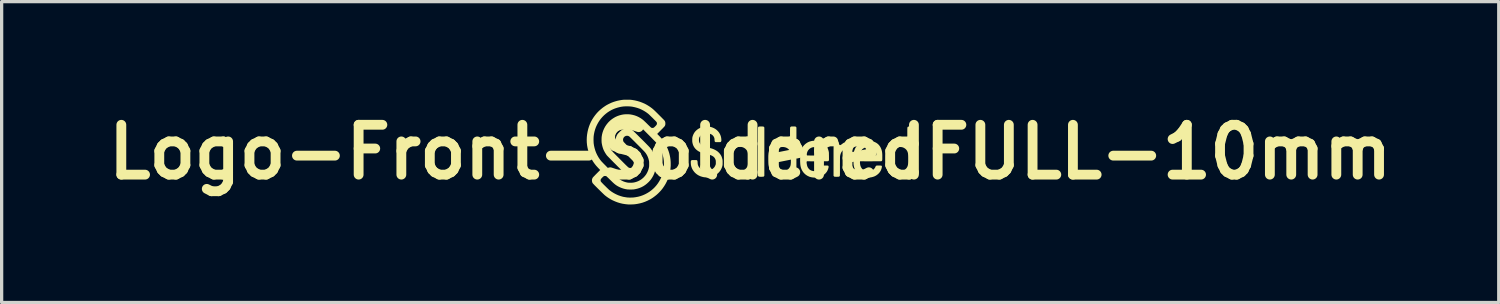
<source format=kicad_pcb>
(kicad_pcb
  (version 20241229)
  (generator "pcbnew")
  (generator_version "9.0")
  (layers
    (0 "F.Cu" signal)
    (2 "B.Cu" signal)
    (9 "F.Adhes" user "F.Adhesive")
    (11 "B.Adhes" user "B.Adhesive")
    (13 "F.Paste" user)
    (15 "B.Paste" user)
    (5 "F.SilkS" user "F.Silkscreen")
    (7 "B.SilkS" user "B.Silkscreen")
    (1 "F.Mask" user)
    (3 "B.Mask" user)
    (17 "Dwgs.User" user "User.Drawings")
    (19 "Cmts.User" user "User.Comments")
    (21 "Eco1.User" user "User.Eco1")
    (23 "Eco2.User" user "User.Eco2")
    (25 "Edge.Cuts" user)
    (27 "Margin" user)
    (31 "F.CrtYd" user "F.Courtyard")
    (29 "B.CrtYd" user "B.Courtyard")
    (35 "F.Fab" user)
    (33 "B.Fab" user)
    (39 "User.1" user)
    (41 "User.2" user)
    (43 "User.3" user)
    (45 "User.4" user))
  (footprint "Logo-Front-SolderedFULL-10mm"
    (layer "F.Cu")
    (at 19.892 1.601)
    (property "Reference" "Logo-Front-SolderedFULL-10mm" (at 0 0 180) (layer "F.SilkS") (effects (font (size 1.524 1.524) (thickness 0.3))))
    (attr board_only exclude_from_pos_files exclude_from_bom)
    (fp_poly (pts (xy 0.356 -0.783) (xy 0.373 -0.783) (xy 0.385 -0.782) (xy 0.394 -0.782) (xy 0.4 -0.781) (xy 0.405 -0.78) (xy 0.408 -0.778) (xy 0.411 -0.777) (xy 0.419 -0.77) (xy 0.426 -0.762) (xy 0.427 -0.762) (xy 0.433 -0.752) (xy 0.433 0.723) (xy 0.427 0.733) (xy 0.422 0.74) (xy 0.418 0.745) (xy 0.413 0.748) (xy 0.407 0.751) (xy 0.399 0.753) (xy 0.387 0.754) (xy 0.372 0.754) (xy 0.353 0.755) (xy 0.343 0.755) (xy 0.324 0.755) (xy 0.307 0.755) (xy 0.292 0.754) (xy 0.28 0.754) (xy 0.273 0.753) (xy 0.272 0.753) (xy 0.258 0.747) (xy 0.248 0.738) (xy 0.244 0.733) (xy 0.238 0.723) (xy 0.238 -0.752) (xy 0.245 -0.762) (xy 0.25 -0.768) (xy 0.254 -0.773) (xy 0.259 -0.777) (xy 0.265 -0.779) (xy 0.274 -0.781) (xy 0.285 -0.782) (xy 0.301 -0.783) (xy 0.32 -0.783) (xy 0.335 -0.783)) (stroke (width 0) (type solid)) (fill yes) (layer "F.SilkS"))
    (fp_poly (pts (xy 2.659 -0.333) (xy 2.67 -0.333) (xy 2.678 -0.332) (xy 2.683 -0.33) (xy 2.684 -0.33) (xy 2.694 -0.323) (xy 2.702 -0.311) (xy 2.709 -0.295) (xy 2.713 -0.275) (xy 2.716 -0.258) (xy 2.719 -0.245) (xy 2.722 -0.235) (xy 2.725 -0.229) (xy 2.729 -0.223) (xy 2.731 -0.221) (xy 2.738 -0.216) (xy 2.747 -0.214) (xy 2.751 -0.214) (xy 2.756 -0.214) (xy 2.762 -0.216) (xy 2.769 -0.219) (xy 2.778 -0.225) (xy 2.789 -0.232) (xy 2.803 -0.243) (xy 2.821 -0.256) (xy 2.822 -0.257) (xy 2.853 -0.279) (xy 2.886 -0.296) (xy 2.921 -0.31) (xy 2.961 -0.321) (xy 2.967 -0.322) (xy 2.979 -0.325) (xy 2.992 -0.326) (xy 3.006 -0.328) (xy 3.023 -0.329) (xy 3.045 -0.33) (xy 3.06 -0.33) (xy 3.084 -0.33) (xy 3.102 -0.331) (xy 3.117 -0.33) (xy 3.127 -0.329) (xy 3.135 -0.327) (xy 3.142 -0.323) (xy 3.146 -0.319) (xy 3.151 -0.313) (xy 3.153 -0.309) (xy 3.16 -0.297) (xy 3.159 -0.231) (xy 3.159 -0.21) (xy 3.158 -0.194) (xy 3.158 -0.182) (xy 3.157 -0.173) (xy 3.156 -0.167) (xy 3.155 -0.163) (xy 3.154 -0.16) (xy 3.152 -0.158) (xy 3.147 -0.151) (xy 3.142 -0.146) (xy 3.137 -0.143) (xy 3.13 -0.141) (xy 3.12 -0.139) (xy 3.108 -0.138) (xy 3.09 -0.138) (xy 3.079 -0.138) (xy 3.056 -0.137) (xy 3.034 -0.136) (xy 3.014 -0.135) (xy 3 -0.133) (xy 2.957 -0.123) (xy 2.918 -0.11) (xy 2.882 -0.092) (xy 2.851 -0.069) (xy 2.823 -0.043) (xy 2.799 -0.013) (xy 2.795 -0.007) (xy 2.78 0.02) (xy 2.767 0.051) (xy 2.757 0.084) (xy 2.75 0.117) (xy 2.747 0.145) (xy 2.747 0.152) (xy 2.747 0.164) (xy 2.747 0.181) (xy 2.746 0.202) (xy 2.746 0.227) (xy 2.746 0.256) (xy 2.746 0.288) (xy 2.746 0.322) (xy 2.745 0.358) (xy 2.745 0.397) (xy 2.745 0.436) (xy 2.745 0.448) (xy 2.745 0.493) (xy 2.745 0.534) (xy 2.745 0.569) (xy 2.745 0.6) (xy 2.745 0.626) (xy 2.745 0.649) (xy 2.744 0.668) (xy 2.744 0.683) (xy 2.744 0.696) (xy 2.744 0.706) (xy 2.743 0.714) (xy 2.743 0.72) (xy 2.742 0.724) (xy 2.741 0.727) (xy 2.741 0.729) (xy 2.74 0.731) (xy 2.739 0.732) (xy 2.733 0.74) (xy 2.724 0.747) (xy 2.723 0.748) (xy 2.72 0.75) (xy 2.716 0.752) (xy 2.711 0.753) (xy 2.704 0.754) (xy 2.694 0.754) (xy 2.681 0.754) (xy 2.663 0.755) (xy 2.651 0.755) (xy 2.632 0.755) (xy 2.614 0.755) (xy 2.599 0.754) (xy 2.588 0.754) (xy 2.581 0.753) (xy 2.579 0.753) (xy 2.57 0.749) (xy 2.563 0.743) (xy 2.556 0.735) (xy 2.549 0.726) (xy 2.549 0.212) (xy 2.549 0.148) (xy 2.549 0.09) (xy 2.549 0.037) (xy 2.549 -0.011) (xy 2.549 -0.054) (xy 2.55 -0.093) (xy 2.55 -0.127) (xy 2.55 -0.158) (xy 2.55 -0.185) (xy 2.55 -0.208) (xy 2.55 -0.229) (xy 2.55 -0.246) (xy 2.55 -0.26) (xy 2.551 -0.273) (xy 2.551 -0.283) (xy 2.551 -0.29) (xy 2.552 -0.297) (xy 2.552 -0.301) (xy 2.553 -0.305) (xy 2.553 -0.308) (xy 2.554 -0.31) (xy 2.554 -0.311) (xy 2.555 -0.312) (xy 2.555 -0.312) (xy 2.56 -0.319) (xy 2.564 -0.324) (xy 2.57 -0.328) (xy 2.578 -0.33) (xy 2.588 -0.332) (xy 2.602 -0.333) (xy 2.621 -0.333) (xy 2.625 -0.333) (xy 2.645 -0.333)) (stroke (width 0) (type solid)) (fill yes) (layer "F.SilkS"))
    (fp_poly (pts (xy -0.252 -0.351) (xy -0.204 -0.342) (xy -0.159 -0.33) (xy -0.116 -0.313) (xy -0.077 -0.292) (xy -0.036 -0.264) (xy -0.000005 -0.232) (xy 0.032 -0.196) (xy 0.06 -0.157) (xy 0.083 -0.114) (xy 0.102 -0.068) (xy 0.116 -0.02) (xy 0.124 0.021) (xy 0.126 0.04) (xy 0.128 0.064) (xy 0.13 0.092) (xy 0.131 0.123) (xy 0.131 0.156) (xy 0.132 0.19) (xy 0.132 0.225) (xy 0.132 0.26) (xy 0.131 0.293) (xy 0.13 0.324) (xy 0.128 0.351) (xy 0.126 0.375) (xy 0.124 0.394) (xy 0.124 0.394) (xy 0.114 0.445) (xy 0.099 0.493) (xy 0.079 0.538) (xy 0.055 0.58) (xy 0.027 0.618) (xy -0.005 0.653) (xy -0.041 0.684) (xy -0.08 0.711) (xy -0.123 0.733) (xy -0.169 0.751) (xy -0.217 0.764) (xy -0.222 0.764) (xy -0.24 0.767) (xy -0.263 0.77) (xy -0.288 0.771) (xy -0.315 0.772) (xy -0.34 0.772) (xy -0.364 0.771) (xy -0.384 0.769) (xy -0.389 0.769) (xy -0.44 0.758) (xy -0.488 0.743) (xy -0.532 0.723) (xy -0.573 0.699) (xy -0.611 0.67) (xy -0.63 0.652) (xy -0.663 0.616) (xy -0.692 0.577) (xy -0.715 0.535) (xy -0.734 0.49) (xy -0.748 0.442) (xy -0.757 0.391) (xy -0.761 0.354) (xy -0.762 0.337) (xy -0.763 0.316) (xy -0.763 0.292) (xy -0.764 0.265) (xy -0.764 0.235) (xy -0.764 0.211) (xy -0.57 0.211) (xy -0.57 0.253) (xy -0.569 0.29) (xy -0.568 0.323) (xy -0.566 0.351) (xy -0.564 0.374) (xy -0.562 0.392) (xy -0.56 0.398) (xy -0.55 0.432) (xy -0.534 0.463) (xy -0.513 0.492) (xy -0.5 0.507) (xy -0.473 0.53) (xy -0.442 0.549) (xy -0.408 0.564) (xy -0.371 0.574) (xy -0.358 0.576) (xy -0.339 0.578) (xy -0.316 0.578) (xy -0.292 0.577) (xy -0.269 0.574) (xy -0.248 0.57) (xy -0.245 0.569) (xy -0.209 0.557) (xy -0.177 0.541) (xy -0.148 0.52) (xy -0.123 0.496) (xy -0.102 0.468) (xy -0.085 0.437) (xy -0.074 0.405) (xy -0.071 0.39) (xy -0.068 0.371) (xy -0.066 0.347) (xy -0.065 0.317) (xy -0.064 0.283) (xy -0.063 0.244) (xy -0.063 0.207) (xy -0.063 0.164) (xy -0.064 0.126) (xy -0.065 0.094) (xy -0.067 0.066) (xy -0.069 0.043) (xy -0.071 0.026) (xy -0.073 0.019) (xy -0.085 -0.017) (xy -0.102 -0.049) (xy -0.123 -0.077) (xy -0.148 -0.102) (xy -0.177 -0.123) (xy -0.21 -0.14) (xy -0.244 -0.152) (xy -0.253 -0.154) (xy -0.262 -0.156) (xy -0.273 -0.157) (xy -0.285 -0.158) (xy -0.3 -0.158) (xy -0.317 -0.158) (xy -0.342 -0.158) (xy -0.362 -0.156) (xy -0.38 -0.154) (xy -0.397 -0.15) (xy -0.413 -0.144) (xy -0.431 -0.136) (xy -0.438 -0.133) (xy -0.469 -0.114) (xy -0.497 -0.092) (xy -0.52 -0.065) (xy -0.539 -0.035) (xy -0.554 -0.002) (xy -0.557 0.01) (xy -0.561 0.024) (xy -0.563 0.04) (xy -0.566 0.059) (xy -0.567 0.083) (xy -0.569 0.11) (xy -0.57 0.142) (xy -0.57 0.178) (xy -0.57 0.211) (xy -0.764 0.211) (xy -0.764 0.205) (xy -0.764 0.176) (xy -0.764 0.147) (xy -0.763 0.121) (xy -0.763 0.097) (xy -0.762 0.078) (xy -0.761 0.067) (xy -0.755 0.013) (xy -0.744 -0.037) (xy -0.728 -0.085) (xy -0.707 -0.13) (xy -0.681 -0.172) (xy -0.65 -0.211) (xy -0.626 -0.237) (xy -0.599 -0.261) (xy -0.572 -0.281) (xy -0.542 -0.299) (xy -0.528 -0.306) (xy -0.484 -0.326) (xy -0.441 -0.34) (xy -0.395 -0.349) (xy -0.354 -0.353) (xy -0.302 -0.354)) (stroke (width 0) (type solid)) (fill yes) (layer "F.SilkS"))
    (fp_poly (pts (xy 2.008 -0.347) (xy 2.045 -0.344) (xy 2.095 -0.335) (xy 2.142 -0.322) (xy 2.186 -0.305) (xy 2.227 -0.283) (xy 2.264 -0.257) (xy 2.29 -0.234) (xy 2.319 -0.202) (xy 2.344 -0.167) (xy 2.365 -0.129) (xy 2.382 -0.086) (xy 2.396 -0.04) (xy 2.4 -0.022) (xy 2.402 -0.013) (xy 2.404 -0.005) (xy 2.405 0.003) (xy 2.406 0.011) (xy 2.407 0.02) (xy 2.407 0.032) (xy 2.408 0.045) (xy 2.408 0.062) (xy 2.408 0.083) (xy 2.409 0.109) (xy 2.409 0.131) (xy 2.41 0.25) (xy 2.403 0.259) (xy 2.397 0.267) (xy 2.39 0.274) (xy 2.389 0.275) (xy 2.387 0.276) (xy 2.386 0.277) (xy 2.384 0.277) (xy 2.381 0.278) (xy 2.377 0.279) (xy 2.372 0.279) (xy 2.365 0.28) (xy 2.355 0.28) (xy 2.343 0.28) (xy 2.329 0.28) (xy 2.311 0.281) (xy 2.29 0.281) (xy 2.266 0.281) (xy 2.237 0.281) (xy 2.204 0.281) (xy 2.166 0.281) (xy 2.124 0.282) (xy 2.076 0.282) (xy 2.064 0.282) (xy 2.011 0.282) (xy 1.962 0.282) (xy 1.918 0.282) (xy 1.879 0.282) (xy 1.844 0.282) (xy 1.815 0.281) (xy 1.791 0.281) (xy 1.772 0.281) (xy 1.759 0.281) (xy 1.751 0.28) (xy 1.748 0.28) (xy 1.746 0.278) (xy 1.742 0.279) (xy 1.736 0.282) (xy 1.731 0.286) (xy 1.729 0.29) (xy 1.726 0.299) (xy 1.725 0.314) (xy 1.726 0.331) (xy 1.728 0.351) (xy 1.732 0.372) (xy 1.736 0.394) (xy 1.741 0.415) (xy 1.747 0.435) (xy 1.754 0.452) (xy 1.755 0.455) (xy 1.765 0.473) (xy 1.778 0.492) (xy 1.792 0.51) (xy 1.807 0.526) (xy 1.817 0.535) (xy 1.845 0.553) (xy 1.876 0.567) (xy 1.909 0.576) (xy 1.944 0.582) (xy 1.979 0.583) (xy 2.014 0.581) (xy 2.049 0.575) (xy 2.081 0.565) (xy 2.112 0.551) (xy 2.139 0.533) (xy 2.157 0.518) (xy 2.173 0.499) (xy 2.188 0.477) (xy 2.199 0.453) (xy 2.2 0.451) (xy 2.208 0.434) (xy 2.217 0.423) (xy 2.229 0.415) (xy 2.233 0.414) (xy 2.239 0.413) (xy 2.25 0.412) (xy 2.264 0.411) (xy 2.281 0.411) (xy 2.299 0.411) (xy 2.318 0.411) (xy 2.335 0.411) (xy 2.351 0.411) (xy 2.364 0.412) (xy 2.373 0.413) (xy 2.376 0.414) (xy 2.387 0.418) (xy 2.394 0.426) (xy 2.397 0.437) (xy 2.398 0.451) (xy 2.396 0.471) (xy 2.394 0.479) (xy 2.382 0.521) (xy 2.365 0.562) (xy 2.344 0.6) (xy 2.317 0.635) (xy 2.287 0.667) (xy 2.252 0.696) (xy 2.214 0.721) (xy 2.173 0.741) (xy 2.159 0.747) (xy 2.113 0.762) (xy 2.063 0.773) (xy 2.013 0.779) (xy 1.961 0.78) (xy 1.93 0.778) (xy 1.907 0.776) (xy 1.881 0.771) (xy 1.856 0.766) (xy 1.831 0.76) (xy 1.812 0.754) (xy 1.802 0.749) (xy 1.788 0.743) (xy 1.773 0.736) (xy 1.759 0.73) (xy 1.718 0.705) (xy 1.681 0.677) (xy 1.647 0.644) (xy 1.617 0.608) (xy 1.591 0.568) (xy 1.569 0.525) (xy 1.552 0.479) (xy 1.54 0.431) (xy 1.533 0.38) (xy 1.532 0.369) (xy 1.53 0.338) (xy 1.528 0.305) (xy 1.527 0.269) (xy 1.527 0.233) (xy 1.527 0.196) (xy 1.527 0.16) (xy 1.528 0.126) (xy 1.53 0.094) (xy 1.531 0.073) (xy 1.731 0.073) (xy 1.732 0.086) (xy 1.734 0.095) (xy 1.736 0.098) (xy 1.742 0.102) (xy 1.745 0.104) (xy 1.749 0.104) (xy 1.757 0.104) (xy 1.771 0.104) (xy 1.789 0.104) (xy 1.811 0.104) (xy 1.836 0.105) (xy 1.865 0.105) (xy 1.896 0.105) (xy 1.93 0.105) (xy 1.965 0.105) (xy 1.983 0.105) (xy 2.216 0.104) (xy 2.222 0.097) (xy 2.226 0.089) (xy 2.227 0.076) (xy 2.227 0.06) (xy 2.224 0.041) (xy 2.22 0.02) (xy 2.214 -0.001) (xy 2.211 -0.011) (xy 2.196 -0.041) (xy 2.177 -0.069) (xy 2.154 -0.093) (xy 2.127 -0.114) (xy 2.095 -0.131) (xy 2.06 -0.145) (xy 2.051 -0.147) (xy 2.037 -0.15) (xy 2.019 -0.152) (xy 1.998 -0.153) (xy 1.975 -0.153) (xy 1.953 -0.152) (xy 1.933 -0.15) (xy 1.916 -0.148) (xy 1.907 -0.146) (xy 1.871 -0.134) (xy 1.839 -0.117) (xy 1.81 -0.096) (xy 1.786 -0.071) (xy 1.765 -0.043) (xy 1.749 -0.011) (xy 1.738 0.022) (xy 1.734 0.04) (xy 1.732 0.057) (xy 1.731 0.073) (xy 1.531 0.073) (xy 1.532 0.065) (xy 1.534 0.041) (xy 1.536 0.024) (xy 1.546 -0.023) (xy 1.561 -0.069) (xy 1.58 -0.113) (xy 1.604 -0.154) (xy 1.619 -0.176) (xy 1.651 -0.214) (xy 1.686 -0.247) (xy 1.724 -0.275) (xy 1.765 -0.3) (xy 1.809 -0.319) (xy 1.855 -0.333) (xy 1.904 -0.343) (xy 1.955 -0.348)) (stroke (width 0) (type solid)) (fill yes) (layer "F.SilkS"))
    (fp_poly (pts (xy 1.314 -0.784) (xy 1.334 -0.784) (xy 1.354 -0.783) (xy 1.369 -0.783) (xy 1.381 -0.781) (xy 1.389 -0.779) (xy 1.395 -0.776) (xy 1.4 -0.771) (xy 1.405 -0.765) (xy 1.408 -0.761) (xy 1.414 -0.752) (xy 1.414 -0.011) (xy 1.413 0.73) (xy 1.403 0.74) (xy 1.393 0.748) (xy 1.383 0.753) (xy 1.381 0.753) (xy 1.373 0.754) (xy 1.361 0.755) (xy 1.346 0.755) (xy 1.33 0.756) (xy 1.315 0.755) (xy 1.302 0.755) (xy 1.292 0.754) (xy 1.289 0.753) (xy 1.282 0.749) (xy 1.273 0.743) (xy 1.262 0.733) (xy 1.259 0.73) (xy 1.245 0.718) (xy 1.233 0.71) (xy 1.22 0.706) (xy 1.208 0.705) (xy 1.201 0.706) (xy 1.194 0.707) (xy 1.188 0.709) (xy 1.182 0.711) (xy 1.174 0.715) (xy 1.163 0.72) (xy 1.149 0.728) (xy 1.143 0.732) (xy 1.114 0.747) (xy 1.086 0.759) (xy 1.058 0.767) (xy 1.029 0.772) (xy 0.997 0.775) (xy 0.968 0.775) (xy 0.951 0.775) (xy 0.934 0.774) (xy 0.918 0.773) (xy 0.906 0.772) (xy 0.904 0.771) (xy 0.858 0.761) (xy 0.814 0.745) (xy 0.773 0.725) (xy 0.735 0.7) (xy 0.7 0.671) (xy 0.668 0.638) (xy 0.64 0.601) (xy 0.615 0.56) (xy 0.594 0.517) (xy 0.577 0.47) (xy 0.565 0.421) (xy 0.559 0.381) (xy 0.558 0.368) (xy 0.557 0.351) (xy 0.556 0.329) (xy 0.555 0.305) (xy 0.555 0.278) (xy 0.554 0.249) (xy 0.554 0.22) (xy 0.554 0.211) (xy 0.737 0.211) (xy 0.738 0.25) (xy 0.738 0.284) (xy 0.739 0.313) (xy 0.74 0.339) (xy 0.742 0.361) (xy 0.744 0.38) (xy 0.747 0.397) (xy 0.751 0.412) (xy 0.756 0.426) (xy 0.761 0.44) (xy 0.767 0.452) (xy 0.785 0.482) (xy 0.807 0.508) (xy 0.833 0.531) (xy 0.863 0.55) (xy 0.895 0.565) (xy 0.931 0.576) (xy 0.948 0.579) (xy 0.967 0.581) (xy 0.988 0.581) (xy 1.011 0.581) (xy 1.032 0.579) (xy 1.042 0.577) (xy 1.079 0.568) (xy 1.113 0.555) (xy 1.144 0.537) (xy 1.171 0.515) (xy 1.194 0.489) (xy 1.213 0.459) (xy 1.215 0.456) (xy 1.221 0.444) (xy 1.226 0.432) (xy 1.23 0.419) (xy 1.234 0.406) (xy 1.237 0.391) (xy 1.239 0.375) (xy 1.241 0.356) (xy 1.243 0.334) (xy 1.244 0.308) (xy 1.244 0.278) (xy 1.244 0.244) (xy 1.244 0.212) (xy 1.244 0.175) (xy 1.244 0.142) (xy 1.243 0.114) (xy 1.243 0.091) (xy 1.241 0.071) (xy 1.24 0.053) (xy 1.238 0.039) (xy 1.236 0.026) (xy 1.233 0.014) (xy 1.232 0.009) (xy 1.218 -0.024) (xy 1.201 -0.055) (xy 1.179 -0.082) (xy 1.153 -0.105) (xy 1.124 -0.124) (xy 1.092 -0.139) (xy 1.057 -0.149) (xy 1.02 -0.155) (xy 0.981 -0.156) (xy 0.98 -0.156) (xy 0.941 -0.152) (xy 0.906 -0.145) (xy 0.874 -0.132) (xy 0.845 -0.116) (xy 0.818 -0.094) (xy 0.805 -0.082) (xy 0.783 -0.055) (xy 0.765 -0.026) (xy 0.752 0.006) (xy 0.749 0.019) (xy 0.746 0.033) (xy 0.743 0.05) (xy 0.741 0.07) (xy 0.74 0.095) (xy 0.739 0.123) (xy 0.738 0.156) (xy 0.738 0.195) (xy 0.737 0.211) (xy 0.554 0.211) (xy 0.554 0.192) (xy 0.554 0.164) (xy 0.554 0.139) (xy 0.555 0.116) (xy 0.555 0.097) (xy 0.556 0.091) (xy 0.56 0.04) (xy 0.568 -0.007) (xy 0.579 -0.05) (xy 0.593 -0.091) (xy 0.611 -0.129) (xy 0.633 -0.166) (xy 0.635 -0.168) (xy 0.665 -0.208) (xy 0.698 -0.243) (xy 0.735 -0.274) (xy 0.774 -0.3) (xy 0.817 -0.321) (xy 0.862 -0.337) (xy 0.877 -0.341) (xy 0.889 -0.344) (xy 0.899 -0.346) (xy 0.908 -0.348) (xy 0.919 -0.349) (xy 0.932 -0.349) (xy 0.949 -0.349) (xy 0.962 -0.349) (xy 0.987 -0.349) (xy 1.007 -0.348) (xy 1.024 -0.346) (xy 1.039 -0.343) (xy 1.054 -0.339) (xy 1.071 -0.333) (xy 1.084 -0.328) (xy 1.106 -0.319) (xy 1.124 -0.311) (xy 1.138 -0.306) (xy 1.149 -0.302) (xy 1.158 -0.3) (xy 1.166 -0.299) (xy 1.173 -0.299) (xy 1.18 -0.299) (xy 1.184 -0.3) (xy 1.194 -0.302) (xy 1.202 -0.306) (xy 1.204 -0.307) (xy 1.207 -0.309) (xy 1.209 -0.312) (xy 1.211 -0.314) (xy 1.212 -0.318) (xy 1.214 -0.323) (xy 1.215 -0.329) (xy 1.216 -0.338) (xy 1.216 -0.349) (xy 1.217 -0.363) (xy 1.217 -0.38) (xy 1.217 -0.4) (xy 1.218 -0.425) (xy 1.218 -0.454) (xy 1.218 -0.488) (xy 1.218 -0.527) (xy 1.218 -0.535) (xy 1.218 -0.578) (xy 1.218 -0.616) (xy 1.218 -0.65) (xy 1.218 -0.68) (xy 1.219 -0.704) (xy 1.219 -0.724) (xy 1.22 -0.738) (xy 1.22 -0.747) (xy 1.221 -0.75) (xy 1.225 -0.759) (xy 1.232 -0.768) (xy 1.235 -0.771) (xy 1.24 -0.775) (xy 1.246 -0.779) (xy 1.254 -0.781) (xy 1.264 -0.783) (xy 1.277 -0.784) (xy 1.293 -0.784)) (stroke (width 0) (type solid)) (fill yes) (layer "F.SilkS"))
    (fp_poly (pts (xy 4.925 -0.783) (xy 4.941 -0.783) (xy 4.953 -0.782) (xy 4.962 -0.782) (xy 4.968 -0.781) (xy 4.973 -0.78) (xy 4.977 -0.778) (xy 4.979 -0.777) (xy 4.988 -0.77) (xy 4.995 -0.762) (xy 4.995 -0.762) (xy 5.002 -0.752) (xy 5.002 0.723) (xy 4.995 0.733) (xy 4.99 0.741) (xy 4.984 0.747) (xy 4.977 0.75) (xy 4.968 0.753) (xy 4.956 0.754) (xy 4.94 0.755) (xy 4.935 0.755) (xy 4.915 0.756) (xy 4.899 0.756) (xy 4.887 0.755) (xy 4.878 0.753) (xy 4.87 0.749) (xy 4.862 0.744) (xy 4.854 0.737) (xy 4.848 0.731) (xy 4.833 0.719) (xy 4.821 0.711) (xy 4.81 0.706) (xy 4.798 0.705) (xy 4.789 0.706) (xy 4.781 0.707) (xy 4.774 0.709) (xy 4.766 0.712) (xy 4.756 0.717) (xy 4.744 0.724) (xy 4.727 0.733) (xy 4.726 0.734) (xy 4.698 0.749) (xy 4.67 0.76) (xy 4.642 0.768) (xy 4.612 0.773) (xy 4.579 0.775) (xy 4.556 0.775) (xy 4.539 0.775) (xy 4.521 0.774) (xy 4.506 0.773) (xy 4.494 0.772) (xy 4.491 0.771) (xy 4.445 0.761) (xy 4.402 0.745) (xy 4.36 0.725) (xy 4.322 0.699) (xy 4.286 0.67) (xy 4.254 0.636) (xy 4.225 0.598) (xy 4.2 0.557) (xy 4.179 0.512) (xy 4.168 0.482) (xy 4.162 0.463) (xy 4.157 0.445) (xy 4.153 0.426) (xy 4.149 0.407) (xy 4.147 0.385) (xy 4.144 0.362) (xy 4.143 0.336) (xy 4.142 0.307) (xy 4.141 0.273) (xy 4.141 0.235) (xy 4.141 0.228) (xy 4.324 0.228) (xy 4.325 0.26) (xy 4.325 0.29) (xy 4.326 0.319) (xy 4.327 0.344) (xy 4.329 0.367) (xy 4.331 0.385) (xy 4.333 0.396) (xy 4.344 0.432) (xy 4.36 0.464) (xy 4.38 0.493) (xy 4.404 0.519) (xy 4.432 0.54) (xy 4.464 0.558) (xy 4.499 0.571) (xy 4.536 0.579) (xy 4.549 0.58) (xy 4.567 0.581) (xy 4.586 0.58) (xy 4.607 0.579) (xy 4.626 0.578) (xy 4.642 0.575) (xy 4.648 0.574) (xy 4.685 0.562) (xy 4.717 0.545) (xy 4.746 0.525) (xy 4.771 0.501) (xy 4.792 0.473) (xy 4.809 0.442) (xy 4.82 0.409) (xy 4.823 0.396) (xy 4.826 0.38) (xy 4.828 0.36) (xy 4.83 0.336) (xy 4.831 0.309) (xy 4.832 0.279) (xy 4.832 0.248) (xy 4.832 0.216) (xy 4.832 0.184) (xy 4.832 0.152) (xy 4.831 0.122) (xy 4.83 0.094) (xy 4.828 0.069) (xy 4.826 0.047) (xy 4.824 0.031) (xy 4.822 0.024) (xy 4.811 -0.011) (xy 4.795 -0.042) (xy 4.775 -0.071) (xy 4.75 -0.096) (xy 4.722 -0.117) (xy 4.69 -0.134) (xy 4.682 -0.138) (xy 4.665 -0.144) (xy 4.649 -0.149) (xy 4.634 -0.152) (xy 4.617 -0.154) (xy 4.598 -0.155) (xy 4.577 -0.155) (xy 4.558 -0.155) (xy 4.543 -0.155) (xy 4.531 -0.154) (xy 4.521 -0.152) (xy 4.511 -0.15) (xy 4.506 -0.149) (xy 4.47 -0.136) (xy 4.438 -0.12) (xy 4.409 -0.099) (xy 4.384 -0.074) (xy 4.363 -0.046) (xy 4.347 -0.015) (xy 4.336 0.02) (xy 4.335 0.023) (xy 4.332 0.037) (xy 4.33 0.056) (xy 4.328 0.078) (xy 4.327 0.105) (xy 4.326 0.133) (xy 4.325 0.164) (xy 4.324 0.196) (xy 4.324 0.228) (xy 4.141 0.228) (xy 4.141 0.212) (xy 4.141 0.171) (xy 4.141 0.135) (xy 4.142 0.104) (xy 4.144 0.076) (xy 4.145 0.051) (xy 4.148 0.029) (xy 4.151 0.009) (xy 4.155 -0.01) (xy 4.159 -0.029) (xy 4.165 -0.047) (xy 4.168 -0.057) (xy 4.187 -0.104) (xy 4.209 -0.148) (xy 4.236 -0.189) (xy 4.266 -0.225) (xy 4.3 -0.257) (xy 4.337 -0.285) (xy 4.377 -0.309) (xy 4.42 -0.327) (xy 4.465 -0.341) (xy 4.491 -0.347) (xy 4.509 -0.349) (xy 4.53 -0.35) (xy 4.552 -0.351) (xy 4.574 -0.35) (xy 4.594 -0.349) (xy 4.609 -0.347) (xy 4.628 -0.342) (xy 4.649 -0.336) (xy 4.672 -0.327) (xy 4.698 -0.316) (xy 4.712 -0.311) (xy 4.725 -0.306) (xy 4.736 -0.302) (xy 4.741 -0.301) (xy 4.757 -0.299) (xy 4.773 -0.3) (xy 4.786 -0.304) (xy 4.789 -0.306) (xy 4.792 -0.308) (xy 4.795 -0.31) (xy 4.797 -0.312) (xy 4.799 -0.316) (xy 4.8 -0.32) (xy 4.802 -0.326) (xy 4.803 -0.334) (xy 4.803 -0.344) (xy 4.804 -0.357) (xy 4.804 -0.374) (xy 4.805 -0.393) (xy 4.805 -0.417) (xy 4.805 -0.445) (xy 4.805 -0.478) (xy 4.805 -0.516) (xy 4.805 -0.538) (xy 4.805 -0.577) (xy 4.805 -0.611) (xy 4.805 -0.641) (xy 4.805 -0.665) (xy 4.805 -0.686) (xy 4.806 -0.703) (xy 4.806 -0.717) (xy 4.806 -0.728) (xy 4.807 -0.736) (xy 4.807 -0.742) (xy 4.808 -0.747) (xy 4.808 -0.751) (xy 4.809 -0.754) (xy 4.81 -0.756) (xy 4.811 -0.758) (xy 4.818 -0.768) (xy 4.827 -0.776) (xy 4.827 -0.776) (xy 4.831 -0.778) (xy 4.835 -0.78) (xy 4.839 -0.781) (xy 4.845 -0.782) (xy 4.854 -0.782) (xy 4.866 -0.783) (xy 4.882 -0.783) (xy 4.903 -0.783)) (stroke (width 0) (type solid)) (fill yes) (layer "F.SilkS"))
    (fp_poly (pts (xy 3.644 -0.347) (xy 3.663 -0.345) (xy 3.714 -0.337) (xy 3.763 -0.325) (xy 3.807 -0.308) (xy 3.848 -0.288) (xy 3.886 -0.263) (xy 3.92 -0.234) (xy 3.949 -0.201) (xy 3.975 -0.164) (xy 3.996 -0.124) (xy 4.012 -0.084) (xy 4.019 -0.061) (xy 4.025 -0.038) (xy 4.03 -0.015) (xy 4.034 0.01) (xy 4.037 0.036) (xy 4.039 0.064) (xy 4.04 0.096) (xy 4.04 0.132) (xy 4.04 0.168) (xy 4.04 0.194) (xy 4.04 0.214) (xy 4.039 0.231) (xy 4.038 0.243) (xy 4.036 0.252) (xy 4.034 0.259) (xy 4.031 0.264) (xy 4.027 0.269) (xy 4.022 0.272) (xy 4.018 0.275) (xy 4.008 0.281) (xy 3.695 0.282) (xy 3.648 0.282) (xy 3.605 0.282) (xy 3.564 0.282) (xy 3.527 0.282) (xy 3.493 0.282) (xy 3.463 0.281) (xy 3.437 0.281) (xy 3.415 0.281) (xy 3.398 0.281) (xy 3.386 0.28) (xy 3.38 0.28) (xy 3.378 0.28) (xy 3.373 0.279) (xy 3.369 0.28) (xy 3.364 0.282) (xy 3.36 0.287) (xy 3.358 0.294) (xy 3.357 0.304) (xy 3.357 0.318) (xy 3.357 0.331) (xy 3.362 0.374) (xy 3.37 0.413) (xy 3.383 0.449) (xy 3.4 0.481) (xy 3.42 0.509) (xy 3.445 0.533) (xy 3.446 0.534) (xy 3.472 0.551) (xy 3.501 0.565) (xy 3.533 0.575) (xy 3.566 0.581) (xy 3.601 0.584) (xy 3.636 0.582) (xy 3.67 0.577) (xy 3.703 0.568) (xy 3.733 0.556) (xy 3.747 0.548) (xy 3.77 0.532) (xy 3.791 0.512) (xy 3.808 0.491) (xy 3.822 0.469) (xy 3.829 0.451) (xy 3.837 0.435) (xy 3.847 0.422) (xy 3.861 0.415) (xy 3.864 0.414) (xy 3.872 0.412) (xy 3.886 0.411) (xy 3.906 0.411) (xy 3.932 0.411) (xy 3.942 0.411) (xy 3.965 0.412) (xy 3.982 0.412) (xy 3.996 0.413) (xy 4.006 0.414) (xy 4.013 0.416) (xy 4.017 0.418) (xy 4.021 0.422) (xy 4.024 0.427) (xy 4.025 0.43) (xy 4.027 0.435) (xy 4.028 0.44) (xy 4.028 0.447) (xy 4.027 0.456) (xy 4.025 0.467) (xy 4.015 0.51) (xy 4 0.551) (xy 3.979 0.59) (xy 3.954 0.626) (xy 3.926 0.657) (xy 3.889 0.689) (xy 3.85 0.717) (xy 3.808 0.739) (xy 3.763 0.756) (xy 3.714 0.769) (xy 3.663 0.777) (xy 3.647 0.778) (xy 3.63 0.78) (xy 3.617 0.78) (xy 3.606 0.781) (xy 3.595 0.781) (xy 3.583 0.78) (xy 3.568 0.779) (xy 3.56 0.778) (xy 3.51 0.772) (xy 3.462 0.76) (xy 3.417 0.744) (xy 3.375 0.723) (xy 3.336 0.697) (xy 3.3 0.668) (xy 3.268 0.634) (xy 3.239 0.597) (xy 3.215 0.556) (xy 3.194 0.511) (xy 3.178 0.464) (xy 3.167 0.414) (xy 3.162 0.381) (xy 3.161 0.37) (xy 3.16 0.354) (xy 3.16 0.334) (xy 3.159 0.311) (xy 3.159 0.284) (xy 3.158 0.257) (xy 3.158 0.228) (xy 3.158 0.198) (xy 3.158 0.17) (xy 3.159 0.142) (xy 3.159 0.117) (xy 3.16 0.094) (xy 3.16 0.079) (xy 3.36 0.079) (xy 3.362 0.091) (xy 3.367 0.099) (xy 3.373 0.102) (xy 3.377 0.103) (xy 3.387 0.103) (xy 3.402 0.104) (xy 3.423 0.104) (xy 3.448 0.104) (xy 3.478 0.105) (xy 3.512 0.105) (xy 3.551 0.105) (xy 3.594 0.105) (xy 3.612 0.105) (xy 3.654 0.105) (xy 3.69 0.104) (xy 3.722 0.104) (xy 3.749 0.104) (xy 3.771 0.104) (xy 3.79 0.104) (xy 3.805 0.104) (xy 3.818 0.103) (xy 3.827 0.103) (xy 3.835 0.102) (xy 3.84 0.102) (xy 3.844 0.101) (xy 3.846 0.101) (xy 3.848 0.1) (xy 3.849 0.099) (xy 3.85 0.098) (xy 3.853 0.096) (xy 3.854 0.092) (xy 3.855 0.087) (xy 3.855 0.08) (xy 3.855 0.068) (xy 3.855 0.061) (xy 3.852 0.035) (xy 3.847 0.012) (xy 3.84 -0.011) (xy 3.829 -0.034) (xy 3.823 -0.046) (xy 3.817 -0.056) (xy 3.809 -0.066) (xy 3.799 -0.077) (xy 3.79 -0.086) (xy 3.778 -0.098) (xy 3.767 -0.107) (xy 3.758 -0.114) (xy 3.747 -0.12) (xy 3.736 -0.126) (xy 3.716 -0.135) (xy 3.699 -0.142) (xy 3.683 -0.147) (xy 3.666 -0.15) (xy 3.647 -0.152) (xy 3.624 -0.152) (xy 3.613 -0.153) (xy 3.588 -0.152) (xy 3.568 -0.151) (xy 3.551 -0.149) (xy 3.535 -0.145) (xy 3.519 -0.14) (xy 3.502 -0.133) (xy 3.494 -0.13) (xy 3.468 -0.116) (xy 3.446 -0.101) (xy 3.427 -0.083) (xy 3.423 -0.08) (xy 3.401 -0.051) (xy 3.383 -0.021) (xy 3.37 0.013) (xy 3.362 0.049) (xy 3.361 0.062) (xy 3.36 0.079) (xy 3.16 0.079) (xy 3.16 0.075) (xy 3.161 0.06) (xy 3.162 0.051) (xy 3.171 -0.002) (xy 3.185 -0.051) (xy 3.203 -0.098) (xy 3.226 -0.141) (xy 3.254 -0.181) (xy 3.286 -0.219) (xy 3.298 -0.231) (xy 3.335 -0.262) (xy 3.375 -0.289) (xy 3.418 -0.31) (xy 3.463 -0.327) (xy 3.512 -0.339) (xy 3.52 -0.341) (xy 3.541 -0.344) (xy 3.566 -0.346) (xy 3.593 -0.347) (xy 3.619 -0.347)) (stroke (width 0) (type solid)) (fill yes) (layer "F.SilkS"))
    (fp_poly (pts (xy -1.293 -0.781) (xy -1.273 -0.78) (xy -1.259 -0.778) (xy -1.21 -0.769) (xy -1.163 -0.755) (xy -1.118 -0.736) (xy -1.077 -0.714) (xy -1.038 -0.687) (xy -1.004 -0.657) (xy -0.972 -0.623) (xy -0.945 -0.586) (xy -0.923 -0.546) (xy -0.905 -0.504) (xy -0.893 -0.463) (xy -0.888 -0.437) (xy -0.884 -0.409) (xy -0.882 -0.38) (xy -0.881 -0.361) (xy -0.883 -0.341) (xy -0.889 -0.325) (xy -0.898 -0.313) (xy -0.902 -0.311) (xy -0.905 -0.308) (xy -0.908 -0.307) (xy -0.911 -0.306) (xy -0.917 -0.305) (xy -0.924 -0.304) (xy -0.935 -0.304) (xy -0.949 -0.304) (xy -0.967 -0.304) (xy -0.986 -0.304) (xy -1.008 -0.304) (xy -1.026 -0.304) (xy -1.039 -0.304) (xy -1.049 -0.304) (xy -1.056 -0.305) (xy -1.061 -0.306) (xy -1.065 -0.307) (xy -1.067 -0.309) (xy -1.068 -0.31) (xy -1.075 -0.315) (xy -1.081 -0.321) (xy -1.084 -0.327) (xy -1.087 -0.336) (xy -1.088 -0.347) (xy -1.089 -0.363) (xy -1.09 -0.373) (xy -1.091 -0.394) (xy -1.093 -0.411) (xy -1.095 -0.425) (xy -1.097 -0.431) (xy -1.109 -0.461) (xy -1.126 -0.488) (xy -1.147 -0.512) (xy -1.173 -0.533) (xy -1.203 -0.549) (xy -1.236 -0.562) (xy -1.262 -0.569) (xy -1.276 -0.571) (xy -1.294 -0.573) (xy -1.314 -0.574) (xy -1.335 -0.574) (xy -1.355 -0.574) (xy -1.373 -0.573) (xy -1.388 -0.571) (xy -1.39 -0.571) (xy -1.425 -0.562) (xy -1.455 -0.55) (xy -1.482 -0.535) (xy -1.506 -0.516) (xy -1.513 -0.509) (xy -1.534 -0.485) (xy -1.55 -0.46) (xy -1.561 -0.432) (xy -1.566 -0.401) (xy -1.568 -0.368) (xy -1.568 -0.364) (xy -1.566 -0.349) (xy -1.565 -0.334) (xy -1.563 -0.321) (xy -1.561 -0.315) (xy -1.551 -0.285) (xy -1.535 -0.258) (xy -1.515 -0.233) (xy -1.491 -0.213) (xy -1.49 -0.213) (xy -1.473 -0.202) (xy -1.455 -0.191) (xy -1.435 -0.182) (xy -1.412 -0.173) (xy -1.386 -0.165) (xy -1.356 -0.156) (xy -1.321 -0.147) (xy -1.313 -0.146) (xy -1.27 -0.135) (xy -1.232 -0.125) (xy -1.199 -0.116) (xy -1.168 -0.107) (xy -1.141 -0.097) (xy -1.117 -0.088) (xy -1.094 -0.077) (xy -1.072 -0.066) (xy -1.05 -0.054) (xy -1.028 -0.04) (xy -1.019 -0.035) (xy -0.99 -0.013) (xy -0.962 0.013) (xy -0.935 0.042) (xy -0.911 0.073) (xy -0.891 0.105) (xy -0.883 0.118) (xy -0.877 0.133) (xy -0.87 0.152) (xy -0.862 0.174) (xy -0.856 0.196) (xy -0.85 0.218) (xy -0.848 0.228) (xy -0.846 0.238) (xy -0.845 0.249) (xy -0.844 0.261) (xy -0.843 0.276) (xy -0.843 0.295) (xy -0.843 0.318) (xy -0.843 0.344) (xy -0.843 0.365) (xy -0.844 0.383) (xy -0.846 0.399) (xy -0.849 0.414) (xy -0.853 0.429) (xy -0.858 0.447) (xy -0.862 0.459) (xy -0.879 0.504) (xy -0.901 0.546) (xy -0.928 0.586) (xy -0.959 0.622) (xy -0.993 0.655) (xy -1.031 0.684) (xy -1.072 0.709) (xy -1.117 0.731) (xy -1.163 0.748) (xy -1.212 0.761) (xy -1.263 0.77) (xy -1.316 0.774) (xy -1.37 0.773) (xy -1.372 0.773) (xy -1.422 0.767) (xy -1.472 0.755) (xy -1.52 0.74) (xy -1.566 0.719) (xy -1.593 0.705) (xy -1.631 0.68) (xy -1.667 0.651) (xy -1.7 0.619) (xy -1.729 0.583) (xy -1.755 0.546) (xy -1.776 0.508) (xy -1.785 0.487) (xy -1.797 0.453) (xy -1.806 0.421) (xy -1.812 0.39) (xy -1.815 0.358) (xy -1.817 0.323) (xy -1.817 0.319) (xy -1.816 0.302) (xy -1.816 0.29) (xy -1.816 0.281) (xy -1.815 0.275) (xy -1.813 0.27) (xy -1.811 0.266) (xy -1.81 0.265) (xy -1.803 0.257) (xy -1.795 0.25) (xy -1.794 0.25) (xy -1.79 0.248) (xy -1.787 0.246) (xy -1.782 0.245) (xy -1.775 0.245) (xy -1.765 0.244) (xy -1.753 0.244) (xy -1.736 0.244) (xy -1.714 0.244) (xy -1.712 0.244) (xy -1.69 0.244) (xy -1.673 0.244) (xy -1.66 0.244) (xy -1.65 0.245) (xy -1.644 0.245) (xy -1.639 0.246) (xy -1.635 0.248) (xy -1.632 0.25) (xy -1.624 0.255) (xy -1.619 0.261) (xy -1.614 0.268) (xy -1.612 0.278) (xy -1.61 0.291) (xy -1.609 0.309) (xy -1.608 0.319) (xy -1.607 0.342) (xy -1.605 0.361) (xy -1.603 0.376) (xy -1.601 0.382) (xy -1.59 0.416) (xy -1.573 0.447) (xy -1.552 0.475) (xy -1.527 0.499) (xy -1.499 0.521) (xy -1.467 0.538) (xy -1.432 0.552) (xy -1.394 0.561) (xy -1.355 0.566) (xy -1.313 0.567) (xy -1.271 0.563) (xy -1.233 0.554) (xy -1.197 0.541) (xy -1.165 0.524) (xy -1.135 0.502) (xy -1.112 0.48) (xy -1.096 0.462) (xy -1.084 0.444) (xy -1.074 0.426) (xy -1.065 0.405) (xy -1.061 0.396) (xy -1.051 0.366) (xy -1.051 0.317) (xy -1.051 0.296) (xy -1.052 0.28) (xy -1.053 0.267) (xy -1.054 0.256) (xy -1.056 0.247) (xy -1.056 0.247) (xy -1.066 0.218) (xy -1.079 0.192) (xy -1.095 0.169) (xy -1.101 0.162) (xy -1.114 0.149) (xy -1.129 0.136) (xy -1.146 0.125) (xy -1.165 0.114) (xy -1.187 0.103) (xy -1.213 0.093) (xy -1.242 0.083) (xy -1.275 0.073) (xy -1.313 0.063) (xy -1.356 0.053) (xy -1.385 0.046) (xy -1.406 0.041) (xy -1.428 0.035) (xy -1.448 0.03) (xy -1.466 0.025) (xy -1.48 0.02) (xy -1.482 0.02) (xy -1.531 0.00036) (xy -1.576 -0.022) (xy -1.616 -0.049) (xy -1.652 -0.078) (xy -1.684 -0.111) (xy -1.709 -0.144) (xy -1.724 -0.169) (xy -1.736 -0.192) (xy -1.747 -0.217) (xy -1.756 -0.245) (xy -1.764 -0.276) (xy -1.766 -0.286) (xy -1.768 -0.298) (xy -1.77 -0.309) (xy -1.771 -0.322) (xy -1.772 -0.337) (xy -1.772 -0.355) (xy -1.772 -0.371) (xy -1.772 -0.396) (xy -1.771 -0.417) (xy -1.77 -0.435) (xy -1.767 -0.453) (xy -1.763 -0.47) (xy -1.757 -0.489) (xy -1.752 -0.504) (xy -1.735 -0.546) (xy -1.713 -0.586) (xy -1.687 -0.623) (xy -1.656 -0.656) (xy -1.621 -0.686) (xy -1.583 -0.713) (xy -1.541 -0.735) (xy -1.495 -0.754) (xy -1.447 -0.768) (xy -1.401 -0.777) (xy -1.384 -0.779) (xy -1.363 -0.78) (xy -1.34 -0.781) (xy -1.316 -0.781)) (stroke (width 0) (type solid)) (fill yes) (layer "F.SilkS"))
    (fp_poly (pts (xy -3.74 -1.601) (xy -3.716 -1.601) (xy -3.696 -1.601) (xy -3.68 -1.6) (xy -3.665 -1.6) (xy -3.653 -1.599) (xy -3.64 -1.598) (xy -3.628 -1.596) (xy -3.615 -1.595) (xy -3.532 -1.581) (xy -3.451 -1.562) (xy -3.373 -1.539) (xy -3.297 -1.51) (xy -3.223 -1.478) (xy -3.153 -1.44) (xy -3.087 -1.399) (xy -3.075 -1.391) (xy -3.058 -1.379) (xy -3.041 -1.367) (xy -3.027 -1.356) (xy -3.012 -1.346) (xy -2.999 -1.335) (xy -2.985 -1.324) (xy -2.971 -1.312) (xy -2.956 -1.299) (xy -2.94 -1.284) (xy -2.923 -1.268) (xy -2.903 -1.249) (xy -2.882 -1.228) (xy -2.857 -1.204) (xy -2.829 -1.176) (xy -2.798 -1.145) (xy -2.791 -1.138) (xy -2.762 -1.109) (xy -2.735 -1.082) (xy -2.71 -1.057) (xy -2.688 -1.034) (xy -2.668 -1.014) (xy -2.651 -0.997) (xy -2.637 -0.982) (xy -2.627 -0.971) (xy -2.62 -0.963) (xy -2.618 -0.96) (xy -2.606 -0.94) (xy -2.599 -0.919) (xy -2.595 -0.896) (xy -2.594 -0.871) (xy -2.595 -0.849) (xy -2.598 -0.83) (xy -2.604 -0.813) (xy -2.613 -0.795) (xy -2.614 -0.793) (xy -2.618 -0.788) (xy -2.625 -0.78) (xy -2.636 -0.768) (xy -2.65 -0.753) (xy -2.666 -0.736) (xy -2.685 -0.716) (xy -2.707 -0.695) (xy -2.73 -0.671) (xy -2.733 -0.668) (xy -2.844 -0.556) (xy -2.797 -0.508) (xy -2.772 -0.483) (xy -2.75 -0.46) (xy -2.731 -0.439) (xy -2.714 -0.419) (xy -2.697 -0.398) (xy -2.68 -0.377) (xy -2.675 -0.369) (xy -2.629 -0.304) (xy -2.588 -0.237) (xy -2.553 -0.169) (xy -2.521 -0.097) (xy -2.496 -0.03) (xy -2.475 0.037) (xy -2.459 0.103) (xy -2.446 0.167) (xy -2.437 0.232) (xy -2.432 0.299) (xy -2.431 0.335) (xy -2.431 0.419) (xy -2.437 0.501) (xy -2.449 0.583) (xy -2.466 0.664) (xy -2.489 0.743) (xy -2.516 0.821) (xy -2.549 0.897) (xy -2.587 0.971) (xy -2.63 1.042) (xy -2.678 1.111) (xy -2.721 1.165) (xy -2.766 1.215) (xy -2.816 1.265) (xy -2.868 1.312) (xy -2.924 1.356) (xy -2.98 1.397) (xy -3.037 1.433) (xy -3.064 1.448) (xy -3.139 1.486) (xy -3.215 1.519) (xy -3.291 1.546) (xy -3.369 1.567) (xy -3.45 1.584) (xy -3.532 1.596) (xy -3.551 1.597) (xy -3.574 1.599) (xy -3.6 1.6) (xy -3.628 1.601) (xy -3.657 1.601) (xy -3.684 1.601) (xy -3.71 1.601) (xy -3.732 1.601) (xy -3.749 1.6) (xy -3.83 1.591) (xy -3.908 1.578) (xy -3.983 1.56) (xy -4.058 1.537) (xy -4.131 1.509) (xy -4.205 1.476) (xy -4.205 1.476) (xy -4.248 1.454) (xy -4.288 1.431) (xy -4.327 1.407) (xy -4.366 1.381) (xy -4.406 1.352) (xy -4.44 1.325) (xy -4.448 1.318) (xy -4.46 1.308) (xy -4.474 1.294) (xy -4.491 1.278) (xy -4.51 1.26) (xy -4.532 1.239) (xy -4.554 1.217) (xy -4.578 1.194) (xy -4.602 1.17) (xy -4.627 1.146) (xy -4.652 1.121) (xy -4.676 1.097) (xy -4.7 1.073) (xy -4.722 1.051) (xy -4.743 1.03) (xy -4.762 1.011) (xy -4.778 0.993) (xy -4.792 0.979) (xy -4.803 0.967) (xy -4.81 0.959) (xy -4.814 0.955) (xy -4.824 0.937) (xy -4.832 0.92) (xy -4.836 0.901) (xy -4.838 0.879) (xy -4.839 0.875) (xy -4.839 0.865) (xy -4.574 0.865) (xy -4.574 0.872) (xy -4.574 0.878) (xy -4.573 0.884) (xy -4.571 0.89) (xy -4.568 0.897) (xy -4.564 0.904) (xy -4.557 0.912) (xy -4.549 0.922) (xy -4.538 0.934) (xy -4.525 0.948) (xy -4.509 0.964) (xy -4.49 0.984) (xy -4.467 1.007) (xy -4.445 1.028) (xy -4.42 1.053) (xy -4.396 1.077) (xy -4.373 1.099) (xy -4.353 1.118) (xy -4.335 1.136) (xy -4.319 1.15) (xy -4.307 1.161) (xy -4.299 1.167) (xy -4.237 1.213) (xy -4.173 1.253) (xy -4.105 1.289) (xy -4.036 1.32) (xy -3.965 1.345) (xy -3.892 1.366) (xy -3.878 1.369) (xy -3.86 1.372) (xy -3.837 1.376) (xy -3.813 1.38) (xy -3.789 1.384) (xy -3.766 1.387) (xy -3.746 1.389) (xy -3.737 1.39) (xy -3.723 1.39) (xy -3.704 1.391) (xy -3.683 1.391) (xy -3.66 1.391) (xy -3.638 1.391) (xy -3.616 1.39) (xy -3.597 1.39) (xy -3.581 1.389) (xy -3.576 1.389) (xy -3.5 1.379) (xy -3.426 1.365) (xy -3.353 1.345) (xy -3.283 1.32) (xy -3.215 1.29) (xy -3.149 1.255) (xy -3.086 1.216) (xy -3.027 1.173) (xy -2.97 1.125) (xy -2.917 1.073) (xy -2.868 1.017) (xy -2.823 0.957) (xy -2.782 0.893) (xy -2.75 0.837) (xy -2.719 0.77) (xy -2.692 0.7) (xy -2.67 0.629) (xy -2.654 0.555) (xy -2.643 0.481) (xy -2.642 0.474) (xy -2.64 0.452) (xy -2.639 0.425) (xy -2.638 0.396) (xy -2.638 0.366) (xy -2.638 0.335) (xy -2.639 0.306) (xy -2.64 0.28) (xy -2.642 0.261) (xy -2.653 0.185) (xy -2.669 0.111) (xy -2.691 0.038) (xy -2.718 -0.033) (xy -2.75 -0.102) (xy -2.787 -0.168) (xy -2.83 -0.232) (xy -2.868 -0.282) (xy -2.874 -0.289) (xy -2.883 -0.299) (xy -2.896 -0.312) (xy -2.911 -0.328) (xy -2.93 -0.347) (xy -2.951 -0.369) (xy -2.974 -0.392) (xy -2.999 -0.418) (xy -3.025 -0.445) (xy -3.053 -0.473) (xy -3.081 -0.501) (xy -3.111 -0.531) (xy -3.14 -0.56) (xy -3.17 -0.59) (xy -3.199 -0.619) (xy -3.227 -0.648) (xy -3.255 -0.675) (xy -3.281 -0.701) (xy -3.306 -0.726) (xy -3.329 -0.748) (xy -3.349 -0.768) (xy -3.367 -0.786) (xy -3.383 -0.801) (xy -3.395 -0.812) (xy -3.404 -0.82) (xy -3.408 -0.824) (xy -3.455 -0.858) (xy -3.504 -0.887) (xy -3.555 -0.911) (xy -3.608 -0.929) (xy -3.663 -0.941) (xy -3.72 -0.949) (xy -3.729 -0.949) (xy -3.787 -0.951) (xy -3.843 -0.946) (xy -3.899 -0.936) (xy -3.953 -0.92) (xy -4.006 -0.899) (xy -4.014 -0.895) (xy -4.064 -0.869) (xy -4.11 -0.838) (xy -4.153 -0.802) (xy -4.192 -0.763) (xy -4.227 -0.72) (xy -4.258 -0.674) (xy -4.284 -0.625) (xy -4.306 -0.573) (xy -4.322 -0.52) (xy -4.333 -0.465) (xy -4.339 -0.409) (xy -4.34 -0.354) (xy -4.335 -0.298) (xy -4.325 -0.244) (xy -4.31 -0.191) (xy -4.29 -0.14) (xy -4.265 -0.091) (xy -4.26 -0.084) (xy -4.255 -0.076) (xy -4.25 -0.068) (xy -4.245 -0.06) (xy -4.24 -0.052) (xy -4.234 -0.044) (xy -4.227 -0.035) (xy -4.219 -0.026) (xy -4.209 -0.015) (xy -4.198 -0.003) (xy -4.186 0.01) (xy -4.171 0.026) (xy -4.154 0.044) (xy -4.134 0.064) (xy -4.112 0.086) (xy -4.087 0.112) (xy -4.058 0.14) (xy -4.026 0.172) (xy -3.991 0.208) (xy -3.973 0.226) (xy -3.936 0.263) (xy -3.902 0.297) (xy -3.873 0.326) (xy -3.846 0.353) (xy -3.823 0.376) (xy -3.803 0.396) (xy -3.785 0.413) (xy -3.769 0.428) (xy -3.756 0.441) (xy -3.744 0.451) (xy -3.735 0.46) (xy -3.726 0.466) (xy -3.719 0.472) (xy -3.713 0.476) (xy -3.707 0.479) (xy -3.702 0.481) (xy -3.697 0.482) (xy -3.692 0.483) (xy -3.686 0.484) (xy -3.68 0.485) (xy -3.679 0.485) (xy -3.653 0.486) (xy -3.629 0.482) (xy -3.606 0.473) (xy -3.585 0.46) (xy -3.568 0.443) (xy -3.554 0.422) (xy -3.544 0.399) (xy -3.541 0.384) (xy -3.54 0.359) (xy -3.544 0.333) (xy -3.55 0.314) (xy -3.552 0.311) (xy -3.554 0.308) (xy -3.556 0.304) (xy -3.56 0.299) (xy -3.565 0.293) (xy -3.572 0.286) (xy -3.58 0.277) (xy -3.591 0.266) (xy -3.603 0.253) (xy -3.618 0.238) (xy -3.635 0.22) (xy -3.655 0.2) (xy -3.678 0.177) (xy -3.705 0.15) (xy -3.734 0.12) (xy -3.767 0.087) (xy -3.803 0.051) (xy -3.842 0.012) (xy -3.878 -0.024) (xy -3.91 -0.056) (xy -3.938 -0.085) (xy -3.963 -0.11) (xy -3.984 -0.132) (xy -4.003 -0.152) (xy -4.019 -0.168) (xy -4.032 -0.182) (xy -4.043 -0.193) (xy -4.051 -0.202) (xy -4.057 -0.209) (xy -4.061 -0.214) (xy -4.062 -0.216) (xy -4.077 -0.242) (xy -4.09 -0.27) (xy -4.1 -0.299) (xy -4.103 -0.308) (xy -4.105 -0.316) (xy -4.106 -0.324) (xy -4.107 -0.333) (xy -4.107 -0.344) (xy -4.108 -0.359) (xy -4.108 -0.378) (xy -4.108 -0.397) (xy -4.107 -0.412) (xy -4.107 -0.423) (xy -4.106 -0.432) (xy -4.105 -0.44) (xy -4.102 -0.449) (xy -4.1 -0.458) (xy -4.087 -0.493) (xy -4.071 -0.525) (xy -4.059 -0.544) (xy -4.051 -0.555) (xy -4.04 -0.568) (xy -4.026 -0.583) (xy -4.01 -0.599) (xy -3.994 -0.615) (xy -3.978 -0.631) (xy -3.963 -0.645) (xy -3.95 -0.657) (xy -3.939 -0.665) (xy -3.936 -0.667) (xy -3.901 -0.688) (xy -3.864 -0.704) (xy -3.826 -0.715) (xy -3.787 -0.72) (xy -3.747 -0.72) (xy -3.708 -0.715) (xy -3.67 -0.704) (xy -3.633 -0.688) (xy -3.604 -0.671) (xy -3.599 -0.668) (xy -3.593 -0.663) (xy -3.585 -0.655) (xy -3.574 -0.646) (xy -3.561 -0.633) (xy -3.546 -0.618) (xy -3.527 -0.601) (xy -3.506 -0.58) (xy -3.482 -0.556) (xy -3.454 -0.529) (xy -3.423 -0.498) (xy -3.389 -0.464) (xy -3.35 -0.425) (xy -3.347 -0.422) (xy -3.307 -0.383) (xy -3.271 -0.347) (xy -3.239 -0.315) (xy -3.21 -0.286) (xy -3.185 -0.26) (xy -3.162 -0.237) (xy -3.142 -0.216) (xy -3.124 -0.198) (xy -3.108 -0.182) (xy -3.095 -0.167) (xy -3.083 -0.155) (xy -3.072 -0.143) (xy -3.063 -0.133) (xy -3.055 -0.124) (xy -3.048 -0.115) (xy -3.041 -0.106) (xy -3.035 -0.098) (xy -3.033 -0.095) (xy -2.998 -0.044) (xy -2.966 0.012) (xy -2.94 0.07) (xy -2.918 0.132) (xy -2.9 0.196) (xy -2.887 0.262) (xy -2.885 0.274) (xy -2.884 0.292) (xy -2.882 0.315) (xy -2.882 0.341) (xy -2.882 0.369) (xy -2.882 0.397) (xy -2.883 0.424) (xy -2.885 0.449) (xy -2.887 0.471) (xy -2.888 0.481) (xy -2.901 0.544) (xy -2.918 0.606) (xy -2.939 0.666) (xy -2.965 0.722) (xy -2.981 0.751) (xy -3.003 0.788) (xy -3.025 0.821) (xy -3.048 0.852) (xy -3.074 0.882) (xy -3.103 0.913) (xy -3.111 0.921) (xy -3.16 0.966) (xy -3.211 1.006) (xy -3.266 1.042) (xy -3.323 1.072) (xy -3.383 1.097) (xy -3.447 1.118) (xy -3.513 1.133) (xy -3.551 1.14) (xy -3.566 1.142) (xy -3.586 1.143) (xy -3.609 1.144) (xy -3.635 1.145) (xy -3.661 1.145) (xy -3.687 1.145) (xy -3.712 1.144) (xy -3.734 1.144) (xy -3.752 1.142) (xy -3.761 1.141) (xy -3.82 1.131) (xy -3.878 1.116) (xy -3.935 1.097) (xy -3.99 1.074) (xy -4.042 1.048) (xy -4.09 1.019) (xy -4.104 1.009) (xy -4.118 0.999) (xy -4.131 0.989) (xy -4.143 0.979) (xy -4.156 0.969) (xy -4.168 0.958) (xy -4.182 0.946) (xy -4.197 0.932) (xy -4.215 0.915) (xy -4.234 0.896) (xy -4.257 0.874) (xy -4.283 0.848) (xy -4.304 0.828) (xy -4.324 0.808) (xy -4.342 0.79) (xy -4.359 0.775) (xy -4.373 0.761) (xy -4.385 0.75) (xy -4.394 0.742) (xy -4.399 0.738) (xy -4.4 0.737) (xy -4.41 0.734) (xy -4.425 0.731) (xy -4.433 0.731) (xy -4.447 0.73) (xy -4.459 0.732) (xy -4.47 0.735) (xy -4.481 0.741) (xy -4.493 0.749) (xy -4.506 0.761) (xy -4.522 0.777) (xy -4.526 0.781) (xy -4.542 0.797) (xy -4.554 0.811) (xy -4.562 0.822) (xy -4.568 0.832) (xy -4.572 0.842) (xy -4.574 0.852) (xy -4.574 0.863) (xy -4.574 0.865) (xy -4.839 0.865) (xy -4.839 0.86) (xy -4.839 0.848) (xy -4.837 0.838) (xy -4.835 0.828) (xy -4.833 0.823) (xy -4.829 0.809) (xy -4.822 0.795) (xy -4.816 0.783) (xy -4.811 0.777) (xy -4.802 0.766) (xy -4.789 0.752) (xy -4.772 0.735) (xy -4.752 0.714) (xy -4.729 0.69) (xy -4.702 0.663) (xy -4.696 0.657) (xy -4.587 0.548) (xy -4.633 0.501) (xy -4.675 0.456) (xy -4.714 0.413) (xy -4.748 0.37) (xy -4.78 0.327) (xy -4.81 0.282) (xy -4.838 0.235) (xy -4.862 0.19) (xy -4.89 0.131) (xy -4.916 0.069) (xy -4.939 0.003) (xy -4.959 -0.065) (xy -4.975 -0.133) (xy -4.987 -0.2) (xy -4.989 -0.217) (xy -4.997 -0.298) (xy -4.999 -0.372) (xy -4.791 -0.372) (xy -4.79 -0.341) (xy -4.789 -0.312) (xy -4.788 -0.286) (xy -4.787 -0.272) (xy -4.776 -0.197) (xy -4.759 -0.122) (xy -4.737 -0.048) (xy -4.736 -0.044) (xy -4.709 0.026) (xy -4.677 0.093) (xy -4.64 0.159) (xy -4.598 0.222) (xy -4.557 0.275) (xy -4.551 0.281) (xy -4.542 0.291) (xy -4.529 0.305) (xy -4.513 0.321) (xy -4.495 0.34) (xy -4.474 0.362) (xy -4.451 0.385) (xy -4.426 0.41) (xy -4.4 0.437) (xy -4.372 0.465) (xy -4.343 0.494) (xy -4.314 0.523) (xy -4.285 0.553) (xy -4.256 0.582) (xy -4.227 0.611) (xy -4.199 0.639) (xy -4.171 0.666) (xy -4.146 0.692) (xy -4.121 0.716) (xy -4.099 0.738) (xy -4.079 0.757) (xy -4.062 0.774) (xy -4.047 0.788) (xy -4.036 0.799) (xy -4.028 0.806) (xy -4.025 0.808) (xy -3.978 0.843) (xy -3.93 0.872) (xy -3.879 0.896) (xy -3.826 0.915) (xy -3.77 0.929) (xy -3.743 0.934) (xy -3.725 0.936) (xy -3.704 0.937) (xy -3.68 0.938) (xy -3.654 0.938) (xy -3.629 0.937) (xy -3.606 0.936) (xy -3.586 0.934) (xy -3.581 0.934) (xy -3.525 0.923) (xy -3.471 0.907) (xy -3.419 0.886) (xy -3.369 0.86) (xy -3.322 0.829) (xy -3.278 0.793) (xy -3.251 0.767) (xy -3.213 0.724) (xy -3.18 0.679) (xy -3.152 0.63) (xy -3.128 0.578) (xy -3.109 0.524) (xy -3.098 0.477) (xy -3.095 0.466) (xy -3.094 0.456) (xy -3.092 0.446) (xy -3.091 0.436) (xy -3.091 0.425) (xy -3.09 0.411) (xy -3.09 0.393) (xy -3.09 0.371) (xy -3.09 0.366) (xy -3.09 0.344) (xy -3.09 0.325) (xy -3.09 0.311) (xy -3.091 0.299) (xy -3.092 0.289) (xy -3.093 0.279) (xy -3.095 0.269) (xy -3.097 0.258) (xy -3.098 0.256) (xy -3.112 0.2) (xy -3.131 0.148) (xy -3.154 0.098) (xy -3.183 0.05) (xy -3.209 0.014) (xy -3.215 0.007) (xy -3.225 -0.004) (xy -3.239 -0.02) (xy -3.257 -0.039) (xy -3.279 -0.061) (xy -3.305 -0.088) (xy -3.336 -0.119) (xy -3.37 -0.154) (xy -3.408 -0.192) (xy -3.45 -0.234) (xy -3.46 -0.244) (xy -3.496 -0.28) (xy -3.527 -0.312) (xy -3.555 -0.34) (xy -3.58 -0.364) (xy -3.602 -0.386) (xy -3.621 -0.405) (xy -3.637 -0.421) (xy -3.651 -0.434) (xy -3.663 -0.446) (xy -3.673 -0.455) (xy -3.681 -0.463) (xy -3.688 -0.469) (xy -3.693 -0.474) (xy -3.698 -0.477) (xy -3.702 -0.48) (xy -3.706 -0.482) (xy -3.709 -0.484) (xy -3.713 -0.486) (xy -3.714 -0.487) (xy -3.725 -0.492) (xy -3.733 -0.495) (xy -3.741 -0.497) (xy -3.75 -0.497) (xy -3.763 -0.498) (xy -3.767 -0.498) (xy -3.781 -0.497) (xy -3.791 -0.497) (xy -3.799 -0.495) (xy -3.807 -0.493) (xy -3.816 -0.489) (xy -3.816 -0.488) (xy -3.839 -0.475) (xy -3.858 -0.458) (xy -3.872 -0.438) (xy -3.882 -0.416) (xy -3.888 -0.392) (xy -3.888 -0.368) (xy -3.884 -0.343) (xy -3.874 -0.319) (xy -3.871 -0.312) (xy -3.868 -0.309) (xy -3.861 -0.302) (xy -3.851 -0.291) (xy -3.837 -0.277) (xy -3.821 -0.26) (xy -3.802 -0.24) (xy -3.78 -0.218) (xy -3.756 -0.194) (xy -3.73 -0.168) (xy -3.702 -0.14) (xy -3.673 -0.111) (xy -3.642 -0.08) (xy -3.622 -0.06) (xy -3.584 -0.022) (xy -3.55 0.012) (xy -3.52 0.042) (xy -3.493 0.069) (xy -3.469 0.093) (xy -3.448 0.114) (xy -3.43 0.133) (xy -3.414 0.149) (xy -3.4 0.164) (xy -3.389 0.176) (xy -3.379 0.187) (xy -3.371 0.196) (xy -3.365 0.205) (xy -3.359 0.212) (xy -3.355 0.219) (xy -3.351 0.226) (xy -3.348 0.232) (xy -3.345 0.239) (xy -3.342 0.245) (xy -3.34 0.249) (xy -3.332 0.269) (xy -3.326 0.287) (xy -3.322 0.304) (xy -3.32 0.322) (xy -3.318 0.342) (xy -3.318 0.366) (xy -3.318 0.366) (xy -3.318 0.386) (xy -3.319 0.401) (xy -3.319 0.412) (xy -3.321 0.422) (xy -3.323 0.432) (xy -3.324 0.438) (xy -3.332 0.464) (xy -3.342 0.488) (xy -3.354 0.51) (xy -3.368 0.532) (xy -3.385 0.554) (xy -3.407 0.579) (xy -3.419 0.591) (xy -3.444 0.616) (xy -3.466 0.636) (xy -3.487 0.653) (xy -3.508 0.666) (xy -3.528 0.678) (xy -3.529 0.678) (xy -3.566 0.693) (xy -3.604 0.703) (xy -3.643 0.708) (xy -3.683 0.708) (xy -3.722 0.702) (xy -3.759 0.692) (xy -3.796 0.676) (xy -3.829 0.656) (xy -3.831 0.654) (xy -3.836 0.65) (xy -3.844 0.643) (xy -3.856 0.632) (xy -3.871 0.617) (xy -3.888 0.6) (xy -3.909 0.58) (xy -3.931 0.558) (xy -3.955 0.534) (xy -3.981 0.508) (xy -4.008 0.481) (xy -4.037 0.453) (xy -4.066 0.424) (xy -4.095 0.395) (xy -4.124 0.365) (xy -4.154 0.336) (xy -4.183 0.307) (xy -4.211 0.278) (xy -4.238 0.251) (xy -4.263 0.225) (xy -4.287 0.2) (xy -4.309 0.178) (xy -4.329 0.158) (xy -4.346 0.14) (xy -4.361 0.125) (xy -4.372 0.113) (xy -4.38 0.104) (xy -4.384 0.1) (xy -4.412 0.06) (xy -4.439 0.017) (xy -4.463 -0.026) (xy -4.48 -0.06) (xy -4.494 -0.094) (xy -4.507 -0.132) (xy -4.519 -0.173) (xy -4.529 -0.214) (xy -4.537 -0.254) (xy -4.543 -0.291) (xy -4.543 -0.291) (xy -4.544 -0.31) (xy -4.545 -0.333) (xy -4.546 -0.358) (xy -4.545 -0.385) (xy -4.545 -0.412) (xy -4.544 -0.437) (xy -4.543 -0.459) (xy -4.541 -0.474) (xy -4.53 -0.54) (xy -4.513 -0.605) (xy -4.491 -0.667) (xy -4.464 -0.727) (xy -4.432 -0.785) (xy -4.395 -0.84) (xy -4.353 -0.892) (xy -4.326 -0.922) (xy -4.278 -0.968) (xy -4.226 -1.009) (xy -4.172 -1.045) (xy -4.115 -1.077) (xy -4.054 -1.104) (xy -3.992 -1.125) (xy -3.926 -1.142) (xy -3.874 -1.151) (xy -3.856 -1.153) (xy -3.834 -1.155) (xy -3.808 -1.156) (xy -3.781 -1.156) (xy -3.753 -1.156) (xy -3.726 -1.156) (xy -3.701 -1.155) (xy -3.679 -1.153) (xy -3.661 -1.151) (xy -3.661 -1.151) (xy -3.593 -1.138) (xy -3.529 -1.121) (xy -3.467 -1.098) (xy -3.408 -1.07) (xy -3.351 -1.038) (xy -3.296 -0.999) (xy -3.279 -0.986) (xy -3.271 -0.979) (xy -3.26 -0.969) (xy -3.245 -0.956) (xy -3.229 -0.94) (xy -3.21 -0.923) (xy -3.19 -0.903) (xy -3.169 -0.883) (xy -3.147 -0.861) (xy -3.143 -0.857) (xy -3.122 -0.836) (xy -3.102 -0.817) (xy -3.084 -0.799) (xy -3.067 -0.783) (xy -3.053 -0.769) (xy -3.041 -0.758) (xy -3.032 -0.751) (xy -3.027 -0.746) (xy -3.026 -0.746) (xy -3.017 -0.742) (xy -3.004 -0.74) (xy -2.994 -0.739) (xy -2.981 -0.739) (xy -2.971 -0.739) (xy -2.961 -0.742) (xy -2.952 -0.746) (xy -2.942 -0.753) (xy -2.93 -0.762) (xy -2.916 -0.776) (xy -2.906 -0.785) (xy -2.889 -0.803) (xy -2.876 -0.817) (xy -2.866 -0.83) (xy -2.859 -0.841) (xy -2.855 -0.852) (xy -2.852 -0.863) (xy -2.852 -0.875) (xy -2.852 -0.883) (xy -2.852 -0.89) (xy -2.853 -0.896) (xy -2.855 -0.903) (xy -2.859 -0.909) (xy -2.864 -0.917) (xy -2.87 -0.926) (xy -2.879 -0.937) (xy -2.891 -0.949) (xy -2.905 -0.964) (xy -2.922 -0.981) (xy -2.942 -1.001) (xy -2.966 -1.025) (xy -2.98 -1.04) (xy -3.005 -1.063) (xy -3.028 -1.086) (xy -3.05 -1.107) (xy -3.07 -1.127) (xy -3.088 -1.144) (xy -3.103 -1.158) (xy -3.115 -1.169) (xy -3.124 -1.176) (xy -3.185 -1.221) (xy -3.249 -1.261) (xy -3.315 -1.296) (xy -3.383 -1.327) (xy -3.455 -1.352) (xy -3.529 -1.372) (xy -3.606 -1.388) (xy -3.643 -1.393) (xy -3.662 -1.395) (xy -3.685 -1.397) (xy -3.712 -1.398) (xy -3.741 -1.399) (xy -3.771 -1.399) (xy -3.801 -1.399) (xy -3.829 -1.398) (xy -3.855 -1.397) (xy -3.878 -1.395) (xy -3.894 -1.393) (xy -3.955 -1.384) (xy -4.012 -1.371) (xy -4.068 -1.356) (xy -4.123 -1.338) (xy -4.165 -1.322) (xy -4.232 -1.292) (xy -4.296 -1.256) (xy -4.357 -1.217) (xy -4.416 -1.172) (xy -4.471 -1.124) (xy -4.523 -1.071) (xy -4.571 -1.015) (xy -4.615 -0.955) (xy -4.654 -0.892) (xy -4.688 -0.828) (xy -4.718 -0.762) (xy -4.743 -0.692) (xy -4.763 -0.62) (xy -4.778 -0.547) (xy -4.787 -0.483) (xy -4.788 -0.46) (xy -4.79 -0.433) (xy -4.79 -0.403) (xy -4.791 -0.372) (xy -4.999 -0.372) (xy -4.999 -0.379) (xy -4.996 -0.461) (xy -4.987 -0.542) (xy -4.973 -0.623) (xy -4.954 -0.703) (xy -4.93 -0.781) (xy -4.901 -0.857) (xy -4.871 -0.923) (xy -4.831 -0.997) (xy -4.787 -1.066) (xy -4.739 -1.132) (xy -4.687 -1.195) (xy -4.63 -1.254) (xy -4.569 -1.309) (xy -4.503 -1.362) (xy -4.432 -1.411) (xy -4.411 -1.424) (xy -4.397 -1.433) (xy -4.378 -1.444) (xy -4.356 -1.455) (xy -4.332 -1.468) (xy -4.307 -1.48) (xy -4.283 -1.491) (xy -4.261 -1.502) (xy -4.242 -1.51) (xy -4.182 -1.533) (xy -4.119 -1.553) (xy -4.052 -1.571) (xy -3.983 -1.585) (xy -3.922 -1.595) (xy -3.909 -1.596) (xy -3.896 -1.598) (xy -3.884 -1.599) (xy -3.871 -1.6) (xy -3.857 -1.6) (xy -3.84 -1.601) (xy -3.821 -1.601) (xy -3.797 -1.601) (xy -3.769 -1.601)) (stroke (width 0) (type solid)) (fill yes) (layer "F.SilkS")))
  (gr_rect
    (start -3 -3)
    (end 42.784 6.202)
    (stroke (width 0.1) (type default))
    (fill no)
    (layer "Edge.Cuts")))
</source>
